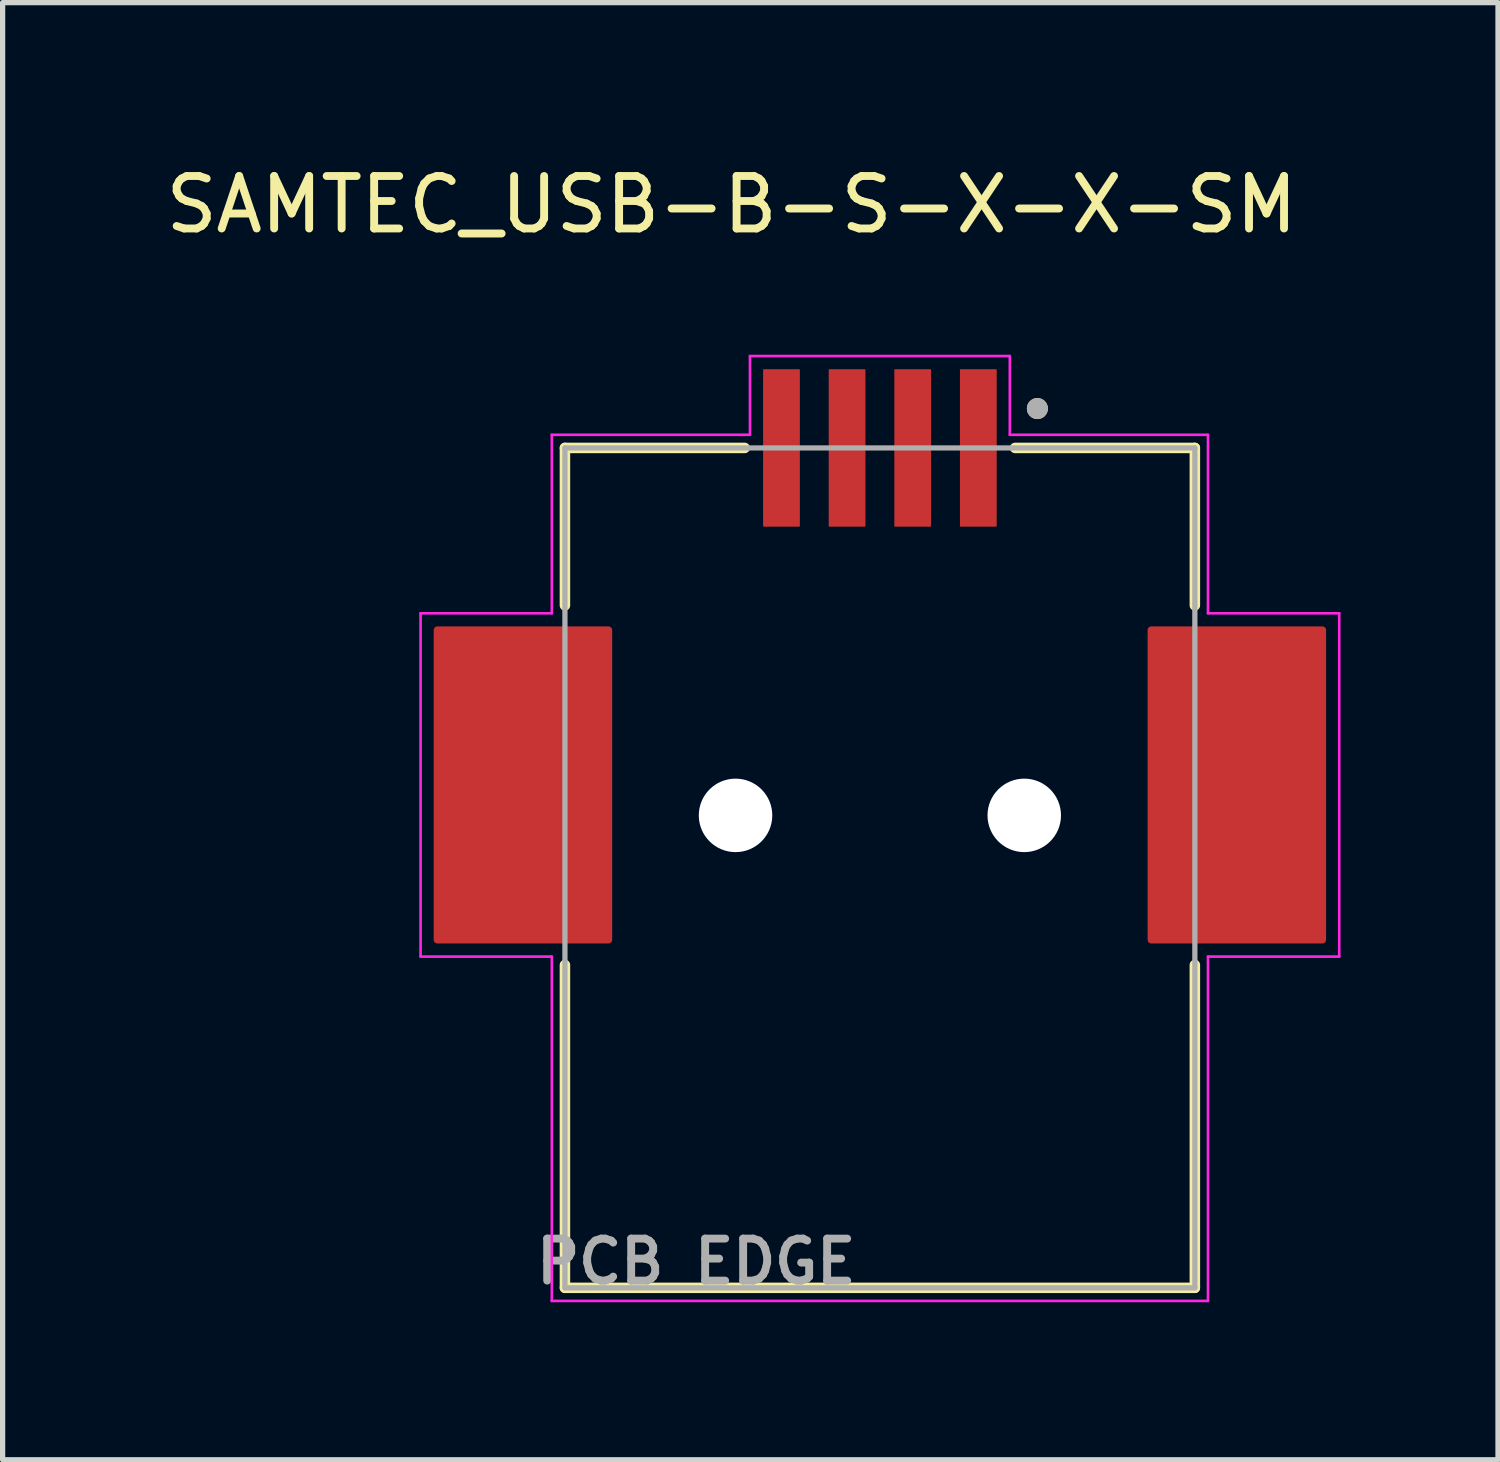
<source format=kicad_pcb>
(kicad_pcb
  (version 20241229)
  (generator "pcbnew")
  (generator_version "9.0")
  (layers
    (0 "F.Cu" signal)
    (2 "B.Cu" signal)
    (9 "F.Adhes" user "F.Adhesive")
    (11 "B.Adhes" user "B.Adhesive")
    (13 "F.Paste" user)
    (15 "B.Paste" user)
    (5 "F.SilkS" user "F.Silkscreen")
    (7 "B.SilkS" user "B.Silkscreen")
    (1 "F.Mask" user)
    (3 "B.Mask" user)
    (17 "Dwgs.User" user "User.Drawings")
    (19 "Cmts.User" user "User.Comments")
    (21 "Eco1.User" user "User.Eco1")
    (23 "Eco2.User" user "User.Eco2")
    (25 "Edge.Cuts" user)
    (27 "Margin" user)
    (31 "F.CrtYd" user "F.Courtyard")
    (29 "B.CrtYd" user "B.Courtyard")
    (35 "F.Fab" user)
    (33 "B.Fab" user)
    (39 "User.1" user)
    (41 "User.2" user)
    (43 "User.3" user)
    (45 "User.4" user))
  (footprint "SAMTEC_USB-B-S-X-X-SM"
    (layer "F.Cu")
    (at 13.712 12.483)
    (property "Reference" "SAMTEC_USB-B-S-X-X-SM" (at -2.825 -11.635 0) (layer "F.SilkS") (effects (font (size 1 1) (thickness 0.15))))
    (attr smd)
    (fp_line (start -6 -7) (end -2.575 -7) (stroke (width 0.2) (type solid)) (layer "F.SilkS"))
    (fp_line (start -6 -4) (end -6 -7) (stroke (width 0.2) (type solid)) (layer "F.SilkS"))
    (fp_line (start -6 9) (end -6 2.85) (stroke (width 0.2) (type solid)) (layer "F.SilkS"))
    (fp_line (start 2.575 -7) (end 6 -7) (stroke (width 0.2) (type solid)) (layer "F.SilkS"))
    (fp_line (start 6 -7) (end 6 -4) (stroke (width 0.2) (type solid)) (layer "F.SilkS"))
    (fp_line (start 6 2.85) (end 6 9) (stroke (width 0.2) (type solid)) (layer "F.SilkS"))
    (fp_line (start 6 9) (end -6 9) (stroke (width 0.2) (type solid)) (layer "F.SilkS"))
    (fp_circle (center 3 -7.75) (end 3.1 -7.75) (stroke (width 0.2) (type solid)) (fill no) (layer "F.SilkS"))
    (fp_line (start -8.75 -3.85) (end -6.25 -3.85) (stroke (width 0.05) (type solid)) (layer "F.CrtYd"))
    (fp_line (start -8.75 2.69) (end -8.75 -3.85) (stroke (width 0.05) (type solid)) (layer "F.CrtYd"))
    (fp_line (start -6.25 -7.25) (end -2.475 -7.25) (stroke (width 0.05) (type solid)) (layer "F.CrtYd"))
    (fp_line (start -6.25 -3.85) (end -6.25 -7.25) (stroke (width 0.05) (type solid)) (layer "F.CrtYd"))
    (fp_line (start -6.25 2.69) (end -8.75 2.69) (stroke (width 0.05) (type solid)) (layer "F.CrtYd"))
    (fp_line (start -6.25 9.25) (end -6.25 2.69) (stroke (width 0.05) (type solid)) (layer "F.CrtYd"))
    (fp_line (start -2.475 -8.75) (end 2.475 -8.75) (stroke (width 0.05) (type solid)) (layer "F.CrtYd"))
    (fp_line (start -2.475 -7.25) (end -2.475 -8.75) (stroke (width 0.05) (type solid)) (layer "F.CrtYd"))
    (fp_line (start 2.475 -8.75) (end 2.475 -7.25) (stroke (width 0.05) (type solid)) (layer "F.CrtYd"))
    (fp_line (start 2.475 -7.25) (end 6.25 -7.25) (stroke (width 0.05) (type solid)) (layer "F.CrtYd"))
    (fp_line (start 6.25 -7.25) (end 6.25 -3.85) (stroke (width 0.05) (type solid)) (layer "F.CrtYd"))
    (fp_line (start 6.25 -3.85) (end 8.75 -3.85) (stroke (width 0.05) (type solid)) (layer "F.CrtYd"))
    (fp_line (start 6.25 2.69) (end 6.25 9.25) (stroke (width 0.05) (type solid)) (layer "F.CrtYd"))
    (fp_line (start 6.25 9.25) (end -6.25 9.25) (stroke (width 0.05) (type solid)) (layer "F.CrtYd"))
    (fp_line (start 8.75 -3.85) (end 8.75 2.69) (stroke (width 0.05) (type solid)) (layer "F.CrtYd"))
    (fp_line (start 8.75 2.69) (end 6.25 2.69) (stroke (width 0.05) (type solid)) (layer "F.CrtYd"))
    (fp_line (start -6 -7) (end 6 -7) (stroke (width 0.1) (type solid)) (layer "F.Fab"))
    (fp_line (start -6 9) (end -6 -7) (stroke (width 0.1) (type solid)) (layer "F.Fab"))
    (fp_line (start 6 -7) (end 6 9) (stroke (width 0.1) (type solid)) (layer "F.Fab"))
    (fp_line (start 6 9) (end -6 9) (stroke (width 0.1) (type solid)) (layer "F.Fab"))
    (fp_circle (center 3 -7.75) (end 3.1 -7.75) (stroke (width 0.2) (type solid)) (fill no) (layer "F.Fab"))
    (fp_text user "PCB EDGE" (at -3.5 8.5 0) (layer "F.Fab") (effects (font (size 0.8 0.8) (thickness 0.15))))
    (pad "" np_thru_hole circle (at -2.75 0) (size 1.4 1.4) (drill 1.4) (layers "*.Cu" "*.Mask"))
    (pad "" np_thru_hole circle (at 2.75 0) (size 1.4 1.4) (drill 1.4) (layers "*.Cu" "*.Mask"))
    (pad "1" smd roundrect (at 1.875 -7) (size 0.7 3) (layers "F.Cu" "F.Mask" "F.Paste") (roundrect_rratio 0.02))
    (pad "2" smd roundrect (at -0.625 -7) (size 0.7 3) (layers "F.Cu" "F.Mask" "F.Paste") (roundrect_rratio 0.02))
    (pad "3" smd roundrect (at -1.875 -7) (size 0.7 3) (layers "F.Cu" "F.Mask" "F.Paste") (roundrect_rratio 0.02))
    (pad "4" smd roundrect (at 0.625 -7) (size 0.7 3) (layers "F.Cu" "F.Mask" "F.Paste") (roundrect_rratio 0.02))
    (pad "S1" smd roundrect (at -6.8 -0.58) (size 3.4 6.04) (layers "F.Cu" "F.Mask" "F.Paste") (roundrect_rratio 0.02))
    (pad "S2" smd roundrect (at 6.8 -0.58) (size 3.4 6.04) (layers "F.Cu" "F.Mask" "F.Paste") (roundrect_rratio 0.02)))
  (gr_rect
    (start -3 -3)
    (end 25.487 24.758)
    (stroke (width 0.1) (type default))
    (fill no)
    (layer "Edge.Cuts")))
</source>
